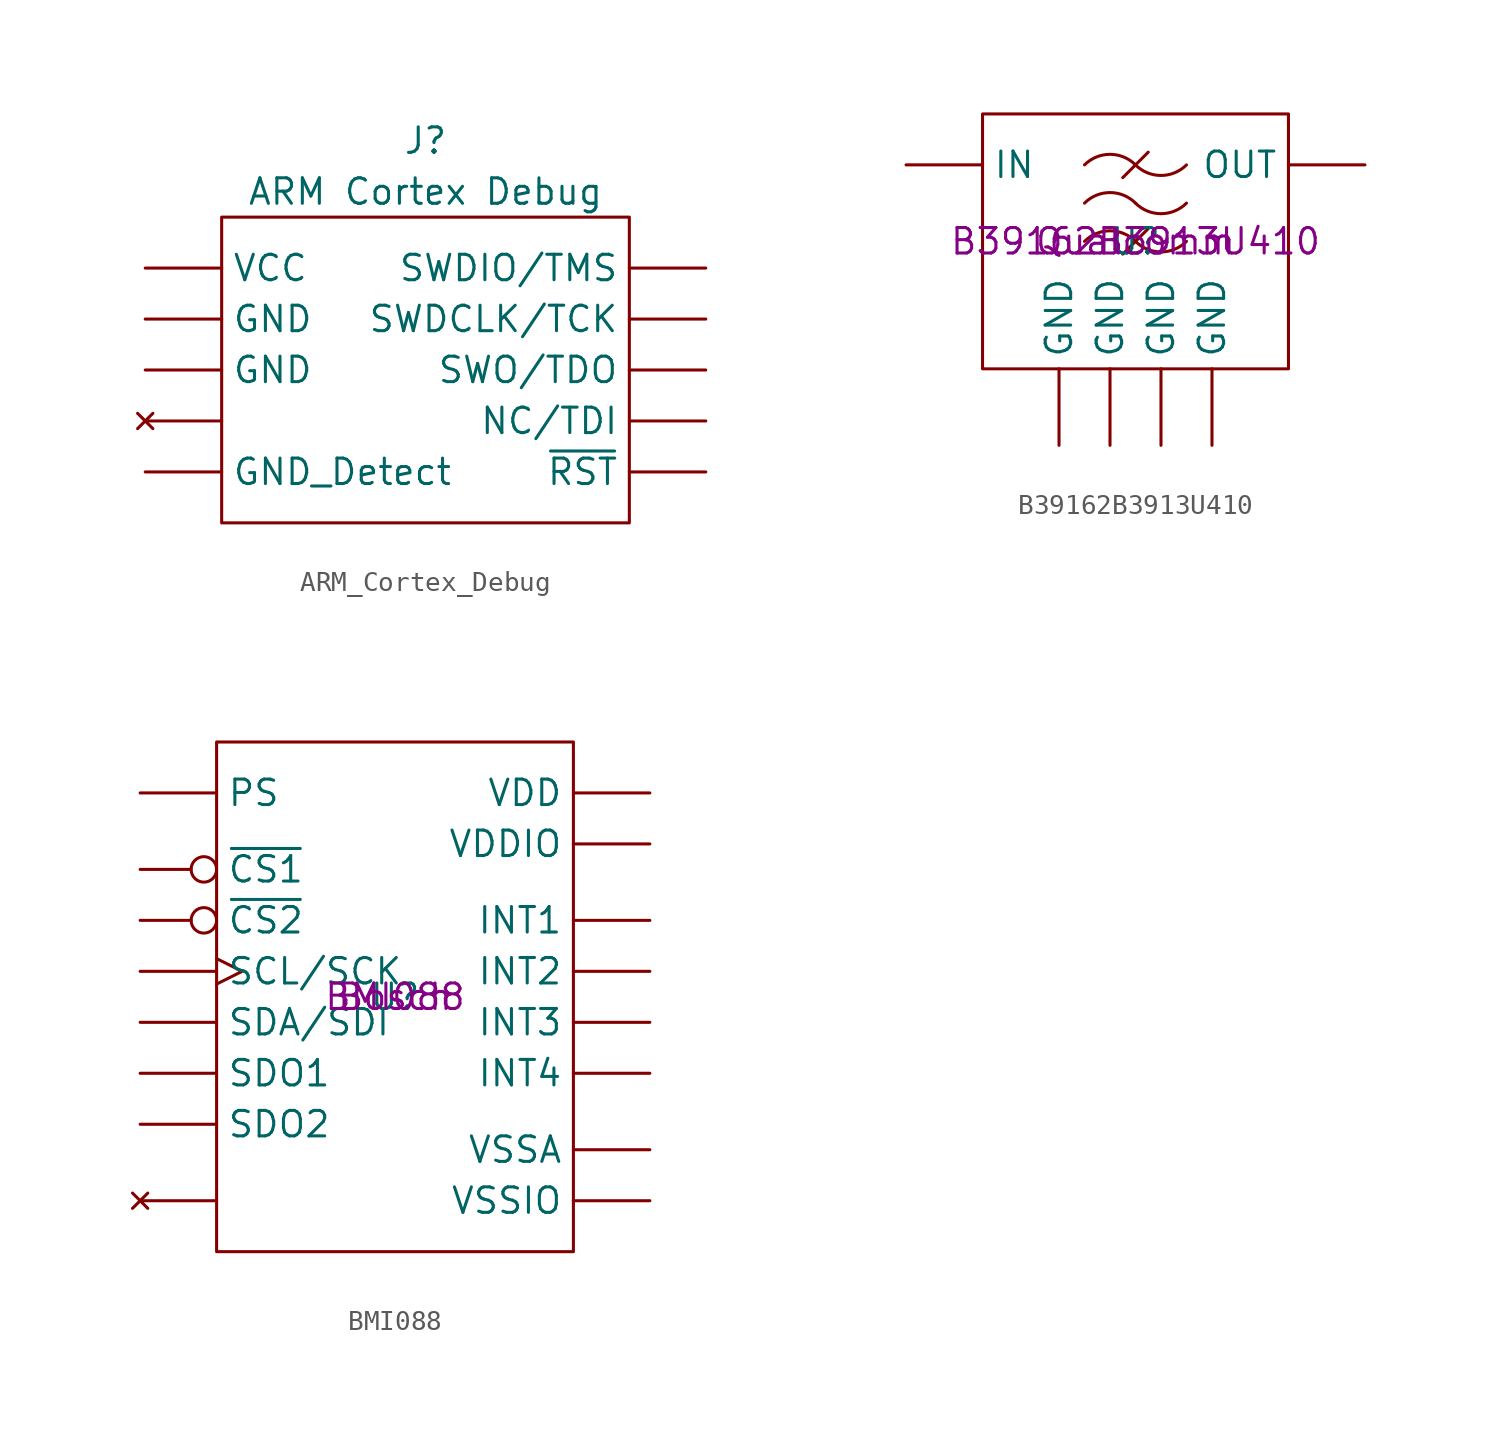
<source format=kicad_sym>
(kicad_symbol_lib
  (version 20231120)
  (generator "kicad_symbol_editor")
  (generator_version "8.0")
  (symbol "ARM_Cortex_Debug"
    (pin_numbers hide)
    (property "Reference" "J"
      (at 0 11.43 0)
      (effects (font (size 1.27 1.27))))
    (property "Value" "ARM Cortex Debug"
      (at 0 8.89 0)
      (effects (font (size 1.27 1.27))))
    (symbol "ARM_Cortex_Debug_0_1"
      (rectangle (start -10.16 7.62) (end 10.16 -7.62) (stroke (width 0) (type default)) (fill (type none))))
    (symbol "ARM_Cortex_Debug_1_1"
      (pin passive line (at -13.97 5.08 0) (length 3.81) (name "VCC" (effects (font (size 1.27 1.27)))) (number "1" (effects (font (size 1.27 1.27)))))
      (pin passive line (at 13.97 -5.08 180) (length 3.81) (name "~{RST}" (effects (font (size 1.27 1.27)))) (number "10" (effects (font (size 1.27 1.27)))))
      (pin passive line (at 13.97 5.08 180) (length 3.81) (name "SWDIO/TMS" (effects (font (size 1.27 1.27)))) (number "2" (effects (font (size 1.27 1.27)))))
      (pin passive line (at -13.97 2.54 0) (length 3.81) (name "GND" (effects (font (size 1.27 1.27)))) (number "3" (effects (font (size 1.27 1.27)))))
      (pin passive line (at 13.97 2.54 180) (length 3.81) (name "SWDCLK/TCK" (effects (font (size 1.27 1.27)))) (number "4" (effects (font (size 1.27 1.27)))))
      (pin passive line (at -13.97 0 0) (length 3.81) (name "GND" (effects (font (size 1.27 1.27)))) (number "5" (effects (font (size 1.27 1.27)))))
      (pin passive line (at 13.97 0 180) (length 3.81) (name "SWO/TDO" (effects (font (size 1.27 1.27)))) (number "6" (effects (font (size 1.27 1.27)))))
      (pin no_connect line (at -13.97 -2.54 0) (length 3.81) (name "" (effects (font (size 1.27 1.27)))) (number "7" (effects (font (size 1.27 1.27)))))
      (pin passive line (at 13.97 -2.54 180) (length 3.81) (name "NC/TDI" (effects (font (size 1.27 1.27)))) (number "8" (effects (font (size 1.27 1.27)))))
      (pin passive line (at -13.97 -5.08 0) (length 3.81) (name "GND_Detect" (effects (font (size 1.27 1.27)))) (number "9" (effects (font (size 1.27 1.27)))))))
  (symbol "B39162B3913U410"
    (pin_numbers hide)
    (property "Reference" "U"
      (at 0 0 0)
      (effects (font (size 1.27 1.27))))
    (property "Value" ""
      (at 0 0 0)
      (effects (font (size 1.27 1.27))))
    (property "Manufacturer" "Qualcomm"
      (at 0 0 0)
      (effects (font (size 1.27 1.27))))
    (property "Part #" "B39162B3913U410"
      (at 0 0 0)
      (effects (font (size 1.27 1.27))))
    (symbol "B39162B3913U410_0_1"
      (rectangle (start -7.62 6.35) (end 7.62 -6.35) (stroke (width 0) (type default)) (fill (type none)))
      (arc (start 0 -0.0002) (mid -1.27 0.5259) (end -2.54 -0.0002) (stroke (width 0) (type default)) (fill (type none)))
      (polyline (pts (xy 0.635 0.635) (xy -0.635 -0.635)) (stroke (width 0) (type default)) (fill (type none)))
      (polyline (pts (xy 0.635 4.445) (xy -0.635 3.175)) (stroke (width 0) (type default)) (fill (type none)))
      (arc (start 0 -0.0002) (mid 1.27 -0.5263) (end 2.54 -0.0002) (stroke (width 0) (type default)) (fill (type none)))
      (arc (start 0 1.905) (mid -1.27 2.4311) (end -2.54 1.905) (stroke (width 0) (type default)) (fill (type none)))
      (arc (start 0 1.905) (mid 1.27 1.3789) (end 2.54 1.905) (stroke (width 0) (type default)) (fill (type none)))
      (arc (start 0 3.8098) (mid -1.27 4.3359) (end -2.54 3.8098) (stroke (width 0) (type default)) (fill (type none)))
      (arc (start 0 3.8098) (mid 1.27 3.2837) (end 2.54 3.8098) (stroke (width 0) (type default)) (fill (type none))))
    (symbol "B39162B3913U410_1_1"
      (pin power_in line (at -3.81 -10.16 90) (length 3.81) (name "GND" (effects (font (size 1.27 1.27)))) (number "1" (effects (font (size 1.27 1.27)))))
      (pin input line (at -11.43 3.81 0) (length 3.81) (name "IN" (effects (font (size 1.27 1.27)))) (number "2" (effects (font (size 1.27 1.27)))))
      (pin power_in line (at -1.27 -10.16 90) (length 3.81) (name "GND" (effects (font (size 1.27 1.27)))) (number "3" (effects (font (size 1.27 1.27)))))
      (pin power_in line (at 1.27 -10.16 90) (length 3.81) (name "GND" (effects (font (size 1.27 1.27)))) (number "4" (effects (font (size 1.27 1.27)))))
      (pin output line (at 11.43 3.81 180) (length 3.81) (name "OUT" (effects (font (size 1.27 1.27)))) (number "5" (effects (font (size 1.27 1.27)))))
      (pin power_in line (at 3.81 -10.16 90) (length 3.81) (name "GND" (effects (font (size 1.27 1.27)))) (number "6" (effects (font (size 1.27 1.27)))))))
  (symbol "BMI088"
    (pin_numbers hide)
    (property "Reference" "U"
      (at 0 0 0)
      (effects (font (size 1.27 1.27))))
    (property "Value" ""
      (at 0 0 0)
      (effects (font (size 1.27 1.27))))
    (property "Manufacturer" "Bosch"
      (at 0 0 0)
      (effects (font (size 1.27 1.27))))
    (property "Part #" "BMI088"
      (at 0 0 0)
      (effects (font (size 1.27 1.27))))
    (symbol "BMI088_0_1"
      (rectangle (start -8.89 12.7) (end 8.89 -12.7) (stroke (width 0) (type default)) (fill (type none))))
    (symbol "BMI088_1_1"
      (pin bidirectional line (at 12.7 1.27 180) (length 3.81) (name "INT2" (effects (font (size 1.27 1.27)))) (number "1" (effects (font (size 1.27 1.27)))))
      (pin output line (at -12.7 -6.35 0) (length 3.81) (name "SDO2" (effects (font (size 1.27 1.27)))) (number "10" (effects (font (size 1.27 1.27)))))
      (pin power_in line (at 12.7 7.62 180) (length 3.81) (name "VDDIO" (effects (font (size 1.27 1.27)))) (number "11" (effects (font (size 1.27 1.27)))))
      (pin bidirectional line (at 12.7 -1.27 180) (length 3.81) (name "INT3" (effects (font (size 1.27 1.27)))) (number "12" (effects (font (size 1.27 1.27)))))
      (pin bidirectional line (at 12.7 -3.81 180) (length 3.81) (name "INT4" (effects (font (size 1.27 1.27)))) (number "13" (effects (font (size 1.27 1.27)))))
      (pin input inverted (at -12.7 6.35 0) (length 3.81) (name "~{CS1}" (effects (font (size 1.27 1.27)))) (number "14" (effects (font (size 1.27 1.27)))))
      (pin output line (at -12.7 -3.81 0) (length 3.81) (name "SDO1" (effects (font (size 1.27 1.27)))) (number "15" (effects (font (size 1.27 1.27)))))
      (pin bidirectional line (at 12.7 3.81 180) (length 3.81) (name "INT1" (effects (font (size 1.27 1.27)))) (number "16" (effects (font (size 1.27 1.27)))))
      (pin no_connect line (at -12.7 -10.16 0) (length 3.81) (name "" (effects (font (size 1.27 1.27)))) (number "2" (effects (font (size 1.27 1.27)))))
      (pin power_in line (at 12.7 10.16 180) (length 3.81) (name "VDD" (effects (font (size 1.27 1.27)))) (number "3" (effects (font (size 1.27 1.27)))))
      (pin power_in line (at 12.7 -7.62 180) (length 3.81) (name "VSSA" (effects (font (size 1.27 1.27)))) (number "4" (effects (font (size 1.27 1.27)))))
      (pin input inverted (at -12.7 3.81 0) (length 3.81) (name "~{CS2}" (effects (font (size 1.27 1.27)))) (number "5" (effects (font (size 1.27 1.27)))))
      (pin power_in line (at 12.7 -10.16 180) (length 3.81) (name "VSSIO" (effects (font (size 1.27 1.27)))) (number "6" (effects (font (size 1.27 1.27)))))
      (pin input line (at -12.7 10.16 0) (length 3.81) (name "PS" (effects (font (size 1.27 1.27)))) (number "7" (effects (font (size 1.27 1.27)))))
      (pin input clock (at -12.7 1.27 0) (length 3.81) (name "SCL/SCK" (effects (font (size 1.27 1.27)))) (number "8" (effects (font (size 1.27 1.27)))))
      (pin bidirectional line (at -12.7 -1.27 0) (length 3.81) (name "SDA/SDI" (effects (font (size 1.27 1.27)))) (number "9" (effects (font (size 1.27 1.27))))))))
</source>
